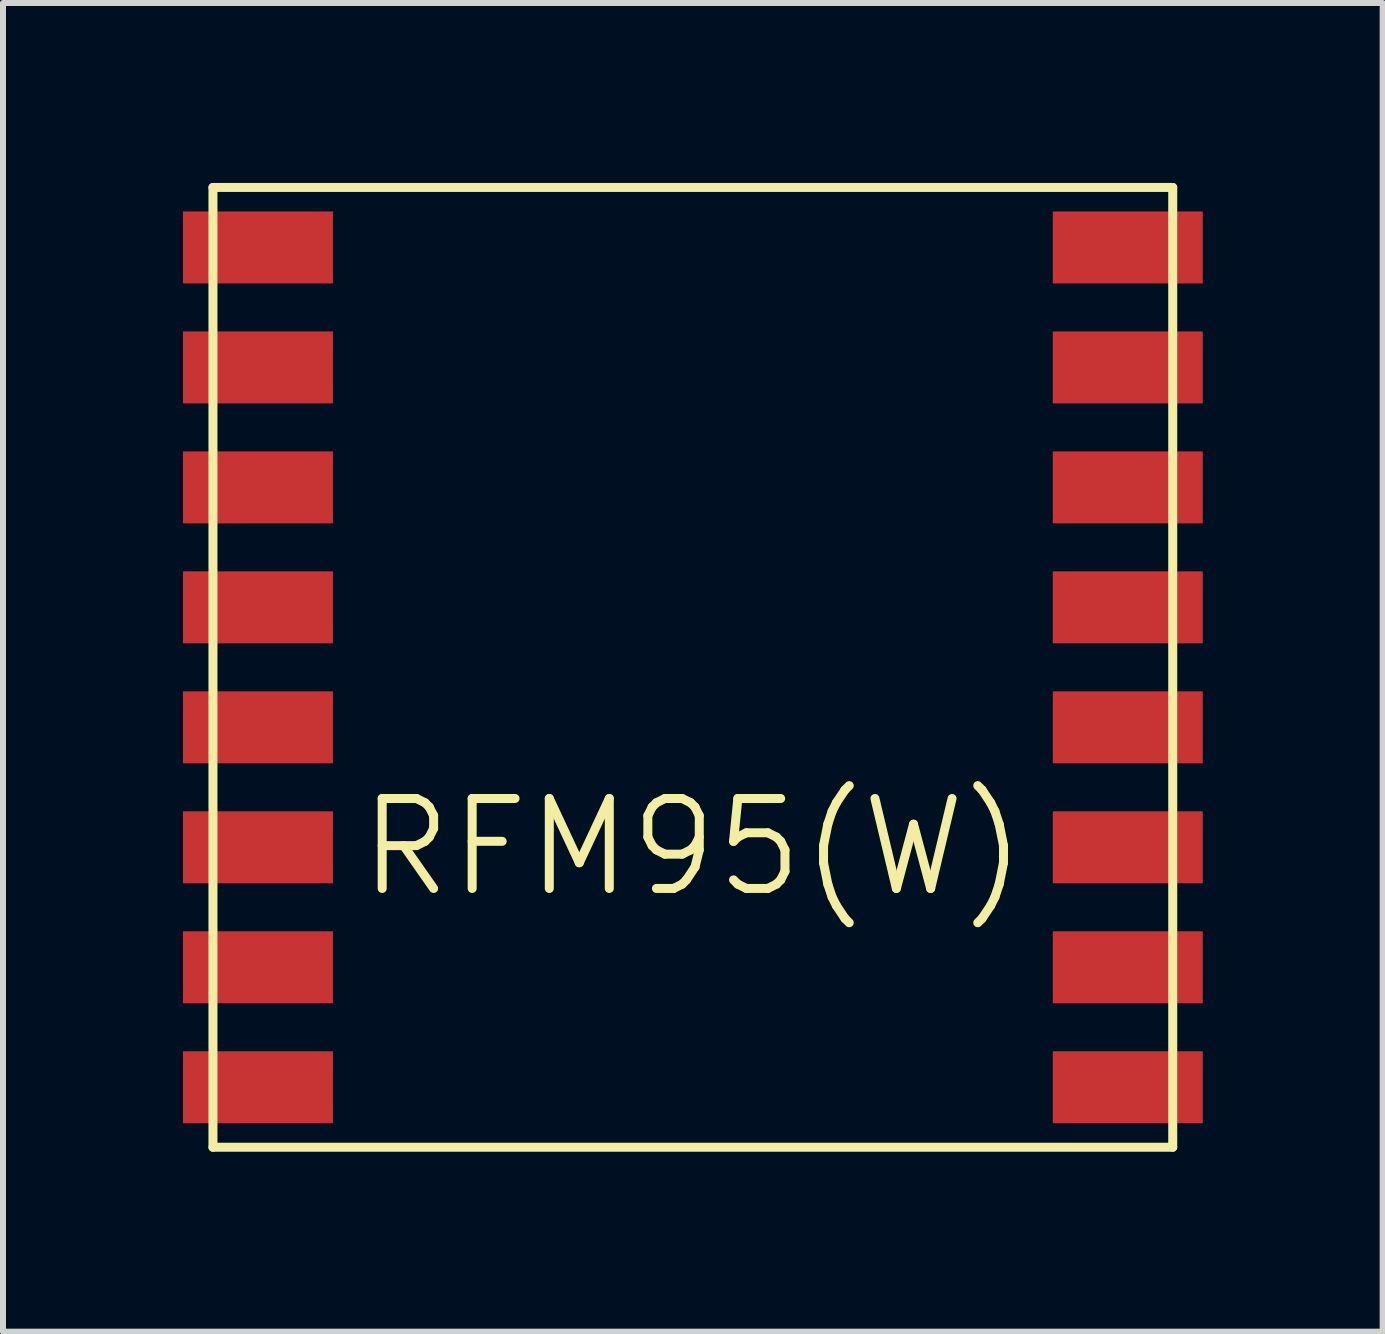
<source format=kicad_pcb>
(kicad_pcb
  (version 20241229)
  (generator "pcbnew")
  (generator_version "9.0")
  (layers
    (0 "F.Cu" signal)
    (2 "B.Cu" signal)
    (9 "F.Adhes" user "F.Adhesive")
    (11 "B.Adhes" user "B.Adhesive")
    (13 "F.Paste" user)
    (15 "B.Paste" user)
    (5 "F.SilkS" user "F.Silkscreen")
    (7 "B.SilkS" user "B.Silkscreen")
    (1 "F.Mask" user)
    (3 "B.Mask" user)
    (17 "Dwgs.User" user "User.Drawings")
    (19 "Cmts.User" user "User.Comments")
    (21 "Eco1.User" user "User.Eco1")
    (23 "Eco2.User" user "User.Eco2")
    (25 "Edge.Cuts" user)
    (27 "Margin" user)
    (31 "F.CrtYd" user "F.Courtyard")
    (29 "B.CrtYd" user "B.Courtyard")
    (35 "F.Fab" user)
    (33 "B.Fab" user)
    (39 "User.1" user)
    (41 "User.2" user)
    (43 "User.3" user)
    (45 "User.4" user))
  (footprint "RFM95(W)"
    (layer "F.Cu")
    (at 8.5 8.075)
    (property "Reference" "RFM95(W)" (at 0 3 0) (layer "F.SilkS") (effects (font (size 1.5 1.5) (thickness 0.15))))
    (attr through_hole)
    (fp_line (start -8 -8) (end -8 8) (stroke (width 0.15) (type solid)) (layer "F.SilkS"))
    (fp_line (start -8 8) (end 8 8) (stroke (width 0.15) (type solid)) (layer "F.SilkS"))
    (fp_line (start 8 -8) (end -8 -8) (stroke (width 0.15) (type solid)) (layer "F.SilkS"))
    (fp_line (start 8 8) (end 8 -8) (stroke (width 0.15) (type solid)) (layer "F.SilkS"))
    (pad "1" smd rect (at -7 -7) (size 2.5 1.2) (drill (offset -0.25 0)) (layers "F.Cu" "F.Mask" "F.Paste"))
    (pad "2" smd rect (at -7 -5) (size 2.5 1.2) (drill (offset -0.25 0)) (layers "F.Cu" "F.Mask" "F.Paste"))
    (pad "3" smd rect (at -7 -3) (size 2.5 1.2) (drill (offset -0.25 0)) (layers "F.Cu" "F.Mask" "F.Paste"))
    (pad "4" smd rect (at -7 -1) (size 2.5 1.2) (drill (offset -0.25 0)) (layers "F.Cu" "F.Mask" "F.Paste"))
    (pad "5" smd rect (at -7 1) (size 2.5 1.2) (drill (offset -0.25 0)) (layers "F.Cu" "F.Mask" "F.Paste"))
    (pad "6" smd rect (at -7 3) (size 2.5 1.2) (drill (offset -0.25 0)) (layers "F.Cu" "F.Mask" "F.Paste"))
    (pad "7" smd rect (at -7 5) (size 2.5 1.2) (drill (offset -0.25 0)) (layers "F.Cu" "F.Mask" "F.Paste"))
    (pad "8" smd rect (at -7 7) (size 2.5 1.2) (drill (offset -0.25 0)) (layers "F.Cu" "F.Mask" "F.Paste"))
    (pad "9" smd rect (at 7 7) (size 2.5 1.2) (drill (offset 0.25 0)) (layers "F.Cu" "F.Mask" "F.Paste"))
    (pad "10" smd rect (at 7 5) (size 2.5 1.2) (drill (offset 0.25 0)) (layers "F.Cu" "F.Mask" "F.Paste"))
    (pad "11" smd rect (at 7 3) (size 2.5 1.2) (drill (offset 0.25 0)) (layers "F.Cu" "F.Mask" "F.Paste"))
    (pad "12" smd rect (at 7 1) (size 2.5 1.2) (drill (offset 0.25 0)) (layers "F.Cu" "F.Mask" "F.Paste"))
    (pad "13" smd rect (at 7 -1) (size 2.5 1.2) (drill (offset 0.25 0)) (layers "F.Cu" "F.Mask" "F.Paste"))
    (pad "14" smd rect (at 7 -3) (size 2.5 1.2) (drill (offset 0.25 0)) (layers "F.Cu" "F.Mask" "F.Paste"))
    (pad "15" smd rect (at 7 -5) (size 2.5 1.2) (drill (offset 0.25 0)) (layers "F.Cu" "F.Mask" "F.Paste"))
    (pad "16" smd rect (at 7 -7) (size 2.5 1.2) (drill (offset 0.25 0)) (layers "F.Cu" "F.Mask" "F.Paste")))
  (gr_rect
    (start -3 -3)
    (end 20 19.15)
    (stroke (width 0.1) (type default))
    (fill no)
    (layer "Edge.Cuts")))
</source>
